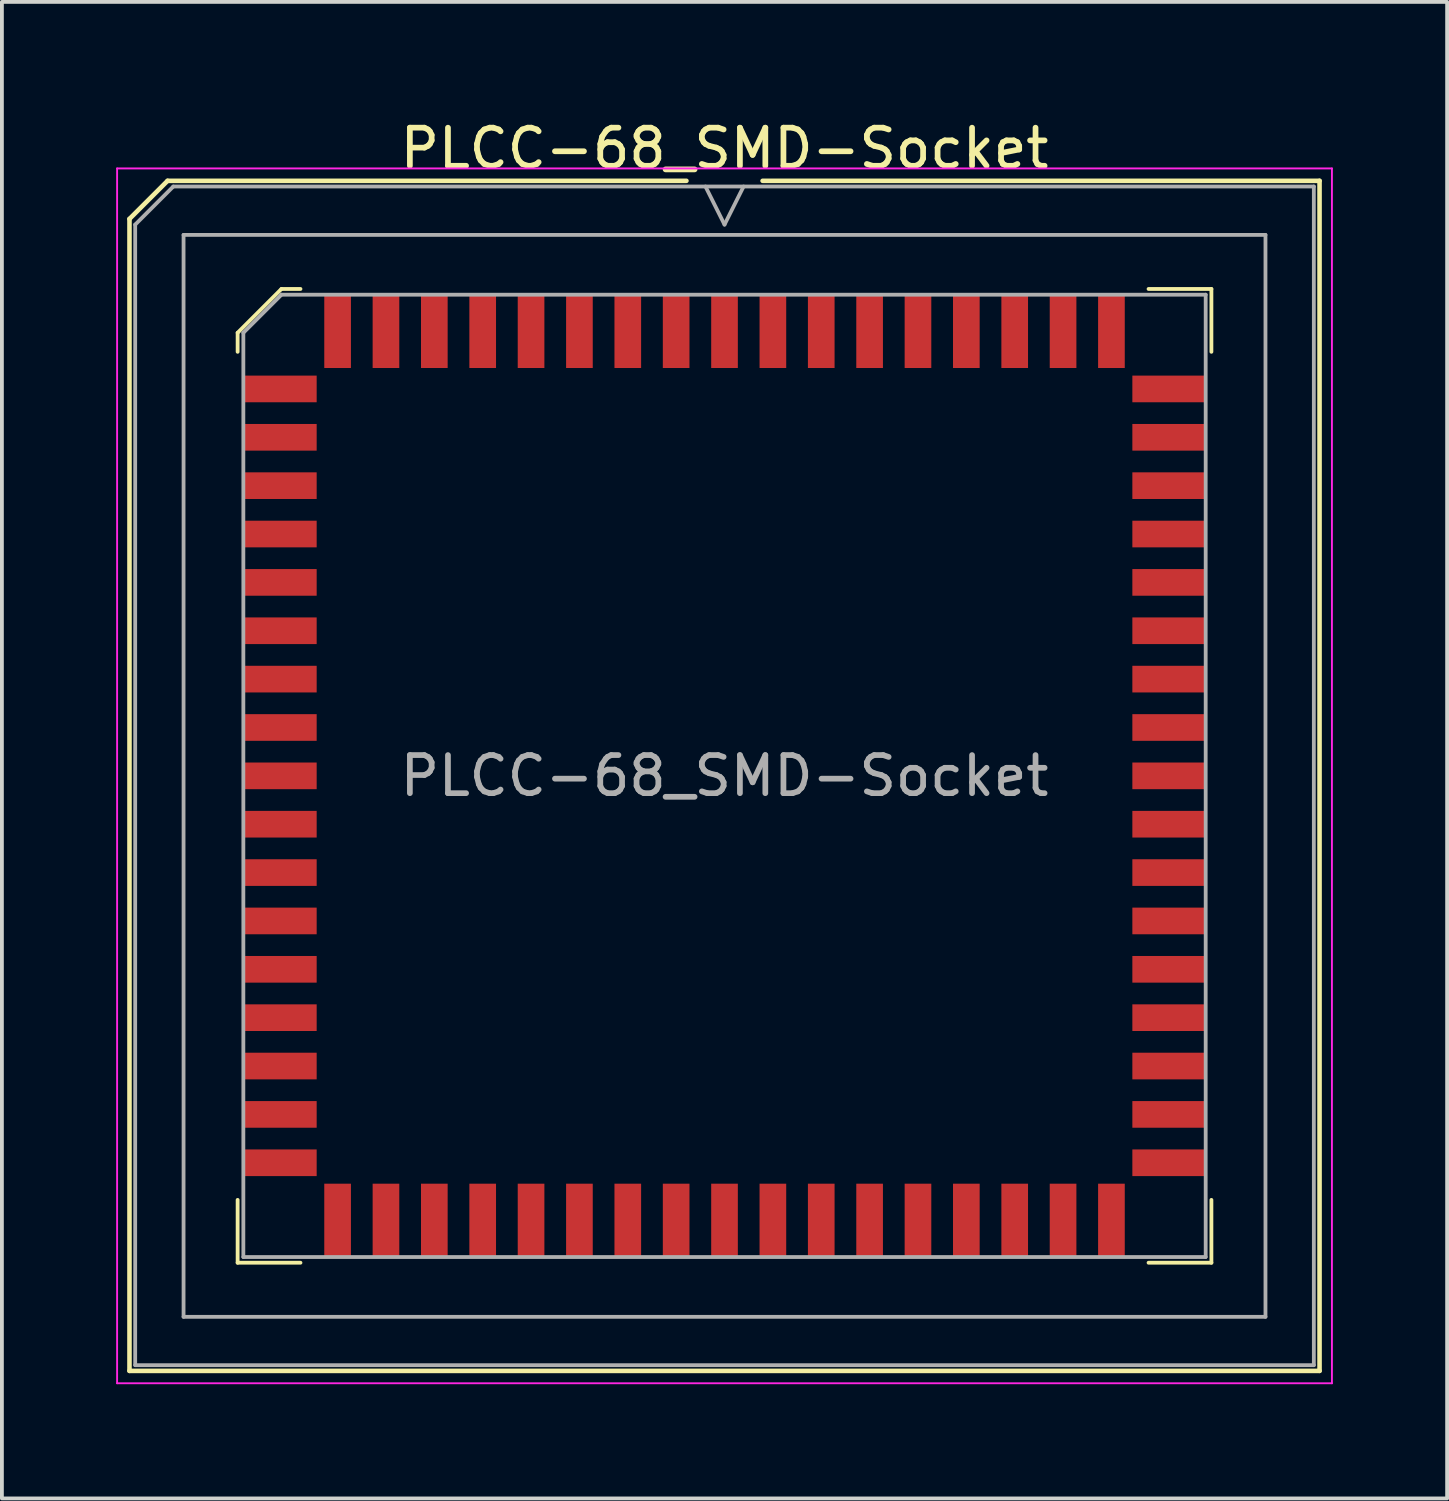
<source format=kicad_pcb>
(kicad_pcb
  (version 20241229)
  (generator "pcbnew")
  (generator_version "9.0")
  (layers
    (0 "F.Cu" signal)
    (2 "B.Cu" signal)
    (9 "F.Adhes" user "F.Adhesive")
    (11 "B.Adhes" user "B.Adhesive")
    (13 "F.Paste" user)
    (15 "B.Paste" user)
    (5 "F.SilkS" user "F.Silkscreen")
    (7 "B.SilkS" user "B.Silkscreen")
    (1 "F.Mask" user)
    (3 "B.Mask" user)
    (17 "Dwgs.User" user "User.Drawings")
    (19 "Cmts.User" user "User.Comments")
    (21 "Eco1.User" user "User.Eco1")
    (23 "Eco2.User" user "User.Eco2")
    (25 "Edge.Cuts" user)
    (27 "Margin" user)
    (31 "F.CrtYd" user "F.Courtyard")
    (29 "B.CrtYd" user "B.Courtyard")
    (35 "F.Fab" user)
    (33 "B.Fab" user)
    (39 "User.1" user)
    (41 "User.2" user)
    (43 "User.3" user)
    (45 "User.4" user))
  (footprint "PLCC-68_SMD-Socket"
    (layer "F.Cu")
    (at 15.975 17.323)
    (property "Reference" "PLCC-68_SMD-Socket" (at 0 -16.475 0) (layer "F.SilkS") (effects (font (size 1 1) (thickness 0.15))))
    (attr smd)
    (fp_line (start -15.625 -14.625) (end -15.625 15.625) (stroke (width 0.12) (type solid)) (layer "F.SilkS"))
    (fp_line (start -15.625 15.625) (end 15.625 15.625) (stroke (width 0.12) (type solid)) (layer "F.SilkS"))
    (fp_line (start -14.625 -15.625) (end -15.625 -14.625) (stroke (width 0.12) (type solid)) (layer "F.SilkS"))
    (fp_line (start -12.785 -11.635) (end -12.785 -11.135) (stroke (width 0.1) (type solid)) (layer "F.SilkS"))
    (fp_line (start -12.785 12.785) (end -12.785 11.135) (stroke (width 0.1) (type solid)) (layer "F.SilkS"))
    (fp_line (start -11.635 -12.785) (end -12.785 -11.635) (stroke (width 0.1) (type solid)) (layer "F.SilkS"))
    (fp_line (start -11.135 -12.785) (end -11.635 -12.785) (stroke (width 0.1) (type solid)) (layer "F.SilkS"))
    (fp_line (start -11.135 12.785) (end -12.785 12.785) (stroke (width 0.1) (type solid)) (layer "F.SilkS"))
    (fp_line (start -1 -15.625) (end -14.625 -15.625) (stroke (width 0.12) (type solid)) (layer "F.SilkS"))
    (fp_line (start 11.135 -12.785) (end 12.785 -12.785) (stroke (width 0.1) (type solid)) (layer "F.SilkS"))
    (fp_line (start 11.135 12.785) (end 12.785 12.785) (stroke (width 0.1) (type solid)) (layer "F.SilkS"))
    (fp_line (start 12.785 -12.785) (end 12.785 -11.135) (stroke (width 0.1) (type solid)) (layer "F.SilkS"))
    (fp_line (start 12.785 12.785) (end 12.785 11.135) (stroke (width 0.1) (type solid)) (layer "F.SilkS"))
    (fp_line (start 15.625 -15.625) (end 1 -15.625) (stroke (width 0.12) (type solid)) (layer "F.SilkS"))
    (fp_line (start 15.625 15.625) (end 15.625 -15.625) (stroke (width 0.12) (type solid)) (layer "F.SilkS"))
    (fp_line (start -15.95 -15.95) (end -15.95 15.95) (stroke (width 0.05) (type solid)) (layer "F.CrtYd"))
    (fp_line (start -15.95 15.95) (end 15.95 15.95) (stroke (width 0.05) (type solid)) (layer "F.CrtYd"))
    (fp_line (start 15.95 -15.95) (end -15.95 -15.95) (stroke (width 0.05) (type solid)) (layer "F.CrtYd"))
    (fp_line (start 15.95 15.95) (end 15.95 -15.95) (stroke (width 0.05) (type solid)) (layer "F.CrtYd"))
    (fp_line (start -15.475 -14.475) (end -15.475 15.475) (stroke (width 0.1) (type solid)) (layer "F.Fab"))
    (fp_line (start -15.475 15.475) (end 15.475 15.475) (stroke (width 0.1) (type solid)) (layer "F.Fab"))
    (fp_line (start -14.475 -15.475) (end -15.475 -14.475) (stroke (width 0.1) (type solid)) (layer "F.Fab"))
    (fp_line (start -14.205 -14.205) (end -14.205 14.205) (stroke (width 0.1) (type solid)) (layer "F.Fab"))
    (fp_line (start -14.205 14.205) (end 14.205 14.205) (stroke (width 0.1) (type solid)) (layer "F.Fab"))
    (fp_line (start -12.635 -11.635) (end -12.635 12.635) (stroke (width 0.1) (type solid)) (layer "F.Fab"))
    (fp_line (start -12.635 12.635) (end 12.635 12.635) (stroke (width 0.1) (type solid)) (layer "F.Fab"))
    (fp_line (start -11.635 -12.635) (end -12.635 -11.635) (stroke (width 0.1) (type solid)) (layer "F.Fab"))
    (fp_line (start -0.5 -15.475) (end 0 -14.475) (stroke (width 0.1) (type solid)) (layer "F.Fab"))
    (fp_line (start 0 -14.475) (end 0.5 -15.475) (stroke (width 0.1) (type solid)) (layer "F.Fab"))
    (fp_line (start 12.635 -12.635) (end -11.635 -12.635) (stroke (width 0.1) (type solid)) (layer "F.Fab"))
    (fp_line (start 12.635 12.635) (end 12.635 -12.635) (stroke (width 0.1) (type solid)) (layer "F.Fab"))
    (fp_line (start 14.205 -14.205) (end -14.205 -14.205) (stroke (width 0.1) (type solid)) (layer "F.Fab"))
    (fp_line (start 14.205 14.205) (end 14.205 -14.205) (stroke (width 0.1) (type solid)) (layer "F.Fab"))
    (fp_line (start 15.475 -15.475) (end -14.475 -15.475) (stroke (width 0.1) (type solid)) (layer "F.Fab"))
    (fp_line (start 15.475 15.475) (end 15.475 -15.475) (stroke (width 0.1) (type solid)) (layer "F.Fab"))
    (fp_text user "${REFERENCE}" (at 0 0 0) (layer "F.Fab") (effects (font (size 1 1) (thickness 0.15))))
    (pad "1" smd rect (at -11.672 -10.16) (size 1.925 0.7) (layers "F.Cu" "F.Mask" "F.Paste"))
    (pad "2" smd rect (at -11.672 -8.89) (size 1.925 0.7) (layers "F.Cu" "F.Mask" "F.Paste"))
    (pad "3" smd rect (at -11.672 -7.62) (size 1.925 0.7) (layers "F.Cu" "F.Mask" "F.Paste"))
    (pad "4" smd rect (at -11.672 -6.35) (size 1.925 0.7) (layers "F.Cu" "F.Mask" "F.Paste"))
    (pad "5" smd rect (at -11.672 -5.08) (size 1.925 0.7) (layers "F.Cu" "F.Mask" "F.Paste"))
    (pad "6" smd rect (at -11.672 -3.81) (size 1.925 0.7) (layers "F.Cu" "F.Mask" "F.Paste"))
    (pad "7" smd rect (at -11.672 -2.54) (size 1.925 0.7) (layers "F.Cu" "F.Mask" "F.Paste"))
    (pad "8" smd rect (at -11.672 -1.27) (size 1.925 0.7) (layers "F.Cu" "F.Mask" "F.Paste"))
    (pad "9" smd rect (at -11.672 0) (size 1.925 0.7) (layers "F.Cu" "F.Mask" "F.Paste"))
    (pad "10" smd rect (at -11.672 1.27) (size 1.925 0.7) (layers "F.Cu" "F.Mask" "F.Paste"))
    (pad "11" smd rect (at -11.672 2.54) (size 1.925 0.7) (layers "F.Cu" "F.Mask" "F.Paste"))
    (pad "12" smd rect (at -11.672 3.81) (size 1.925 0.7) (layers "F.Cu" "F.Mask" "F.Paste"))
    (pad "13" smd rect (at -11.672 5.08) (size 1.925 0.7) (layers "F.Cu" "F.Mask" "F.Paste"))
    (pad "14" smd rect (at -11.672 6.35) (size 1.925 0.7) (layers "F.Cu" "F.Mask" "F.Paste"))
    (pad "15" smd rect (at -11.672 7.62) (size 1.925 0.7) (layers "F.Cu" "F.Mask" "F.Paste"))
    (pad "16" smd rect (at -11.672 8.89) (size 1.925 0.7) (layers "F.Cu" "F.Mask" "F.Paste"))
    (pad "17" smd rect (at -11.672 10.16) (size 1.925 0.7) (layers "F.Cu" "F.Mask" "F.Paste"))
    (pad "18" smd rect (at -10.16 11.672) (size 0.7 1.925) (layers "F.Cu" "F.Mask" "F.Paste"))
    (pad "19" smd rect (at -8.89 11.672) (size 0.7 1.925) (layers "F.Cu" "F.Mask" "F.Paste"))
    (pad "20" smd rect (at -7.62 11.672) (size 0.7 1.925) (layers "F.Cu" "F.Mask" "F.Paste"))
    (pad "21" smd rect (at -6.35 11.672) (size 0.7 1.925) (layers "F.Cu" "F.Mask" "F.Paste"))
    (pad "22" smd rect (at -5.08 11.672) (size 0.7 1.925) (layers "F.Cu" "F.Mask" "F.Paste"))
    (pad "23" smd rect (at -3.81 11.672) (size 0.7 1.925) (layers "F.Cu" "F.Mask" "F.Paste"))
    (pad "24" smd rect (at -2.54 11.672) (size 0.7 1.925) (layers "F.Cu" "F.Mask" "F.Paste"))
    (pad "25" smd rect (at -1.27 11.672) (size 0.7 1.925) (layers "F.Cu" "F.Mask" "F.Paste"))
    (pad "26" smd rect (at 0 11.672) (size 0.7 1.925) (layers "F.Cu" "F.Mask" "F.Paste"))
    (pad "27" smd rect (at 1.27 11.672) (size 0.7 1.925) (layers "F.Cu" "F.Mask" "F.Paste"))
    (pad "28" smd rect (at 2.54 11.672) (size 0.7 1.925) (layers "F.Cu" "F.Mask" "F.Paste"))
    (pad "29" smd rect (at 3.81 11.672) (size 0.7 1.925) (layers "F.Cu" "F.Mask" "F.Paste"))
    (pad "30" smd rect (at 5.08 11.672) (size 0.7 1.925) (layers "F.Cu" "F.Mask" "F.Paste"))
    (pad "31" smd rect (at 6.35 11.672) (size 0.7 1.925) (layers "F.Cu" "F.Mask" "F.Paste"))
    (pad "32" smd rect (at 7.62 11.672) (size 0.7 1.925) (layers "F.Cu" "F.Mask" "F.Paste"))
    (pad "33" smd rect (at 8.89 11.672) (size 0.7 1.925) (layers "F.Cu" "F.Mask" "F.Paste"))
    (pad "34" smd rect (at 10.16 11.672) (size 0.7 1.925) (layers "F.Cu" "F.Mask" "F.Paste"))
    (pad "35" smd rect (at 11.672 10.16) (size 1.925 0.7) (layers "F.Cu" "F.Mask" "F.Paste"))
    (pad "36" smd rect (at 11.672 8.89) (size 1.925 0.7) (layers "F.Cu" "F.Mask" "F.Paste"))
    (pad "37" smd rect (at 11.672 7.62) (size 1.925 0.7) (layers "F.Cu" "F.Mask" "F.Paste"))
    (pad "38" smd rect (at 11.672 6.35) (size 1.925 0.7) (layers "F.Cu" "F.Mask" "F.Paste"))
    (pad "39" smd rect (at 11.672 5.08) (size 1.925 0.7) (layers "F.Cu" "F.Mask" "F.Paste"))
    (pad "40" smd rect (at 11.672 3.81) (size 1.925 0.7) (layers "F.Cu" "F.Mask" "F.Paste"))
    (pad "41" smd rect (at 11.672 2.54) (size 1.925 0.7) (layers "F.Cu" "F.Mask" "F.Paste"))
    (pad "42" smd rect (at 11.672 1.27) (size 1.925 0.7) (layers "F.Cu" "F.Mask" "F.Paste"))
    (pad "43" smd rect (at 11.672 0) (size 1.925 0.7) (layers "F.Cu" "F.Mask" "F.Paste"))
    (pad "44" smd rect (at 11.672 -1.27) (size 1.925 0.7) (layers "F.Cu" "F.Mask" "F.Paste"))
    (pad "45" smd rect (at 11.672 -2.54) (size 1.925 0.7) (layers "F.Cu" "F.Mask" "F.Paste"))
    (pad "46" smd rect (at 11.672 -3.81) (size 1.925 0.7) (layers "F.Cu" "F.Mask" "F.Paste"))
    (pad "47" smd rect (at 11.672 -5.08) (size 1.925 0.7) (layers "F.Cu" "F.Mask" "F.Paste"))
    (pad "48" smd rect (at 11.672 -6.35) (size 1.925 0.7) (layers "F.Cu" "F.Mask" "F.Paste"))
    (pad "49" smd rect (at 11.672 -7.62) (size 1.925 0.7) (layers "F.Cu" "F.Mask" "F.Paste"))
    (pad "50" smd rect (at 11.672 -8.89) (size 1.925 0.7) (layers "F.Cu" "F.Mask" "F.Paste"))
    (pad "51" smd rect (at 11.672 -10.16) (size 1.925 0.7) (layers "F.Cu" "F.Mask" "F.Paste"))
    (pad "52" smd rect (at 10.16 -11.672) (size 0.7 1.925) (layers "F.Cu" "F.Mask" "F.Paste"))
    (pad "53" smd rect (at 8.89 -11.672) (size 0.7 1.925) (layers "F.Cu" "F.Mask" "F.Paste"))
    (pad "54" smd rect (at 7.62 -11.672) (size 0.7 1.925) (layers "F.Cu" "F.Mask" "F.Paste"))
    (pad "55" smd rect (at 6.35 -11.672) (size 0.7 1.925) (layers "F.Cu" "F.Mask" "F.Paste"))
    (pad "56" smd rect (at 5.08 -11.672) (size 0.7 1.925) (layers "F.Cu" "F.Mask" "F.Paste"))
    (pad "57" smd rect (at 3.81 -11.672) (size 0.7 1.925) (layers "F.Cu" "F.Mask" "F.Paste"))
    (pad "58" smd rect (at 2.54 -11.672) (size 0.7 1.925) (layers "F.Cu" "F.Mask" "F.Paste"))
    (pad "59" smd rect (at 1.27 -11.672) (size 0.7 1.925) (layers "F.Cu" "F.Mask" "F.Paste"))
    (pad "60" smd rect (at 0 -11.672) (size 0.7 1.925) (layers "F.Cu" "F.Mask" "F.Paste"))
    (pad "61" smd rect (at -1.27 -11.672) (size 0.7 1.925) (layers "F.Cu" "F.Mask" "F.Paste"))
    (pad "62" smd rect (at -2.54 -11.672) (size 0.7 1.925) (layers "F.Cu" "F.Mask" "F.Paste"))
    (pad "63" smd rect (at -3.81 -11.672) (size 0.7 1.925) (layers "F.Cu" "F.Mask" "F.Paste"))
    (pad "64" smd rect (at -5.08 -11.672) (size 0.7 1.925) (layers "F.Cu" "F.Mask" "F.Paste"))
    (pad "65" smd rect (at -6.35 -11.672) (size 0.7 1.925) (layers "F.Cu" "F.Mask" "F.Paste"))
    (pad "66" smd rect (at -7.62 -11.672) (size 0.7 1.925) (layers "F.Cu" "F.Mask" "F.Paste"))
    (pad "67" smd rect (at -8.89 -11.672) (size 0.7 1.925) (layers "F.Cu" "F.Mask" "F.Paste"))
    (pad "68" smd rect (at -10.16 -11.672) (size 0.7 1.925) (layers "F.Cu" "F.Mask" "F.Paste")))
  (gr_rect
    (start -3 -3)
    (end 34.95 36.298)
    (stroke (width 0.1) (type default))
    (fill no)
    (layer "Edge.Cuts")))
</source>
